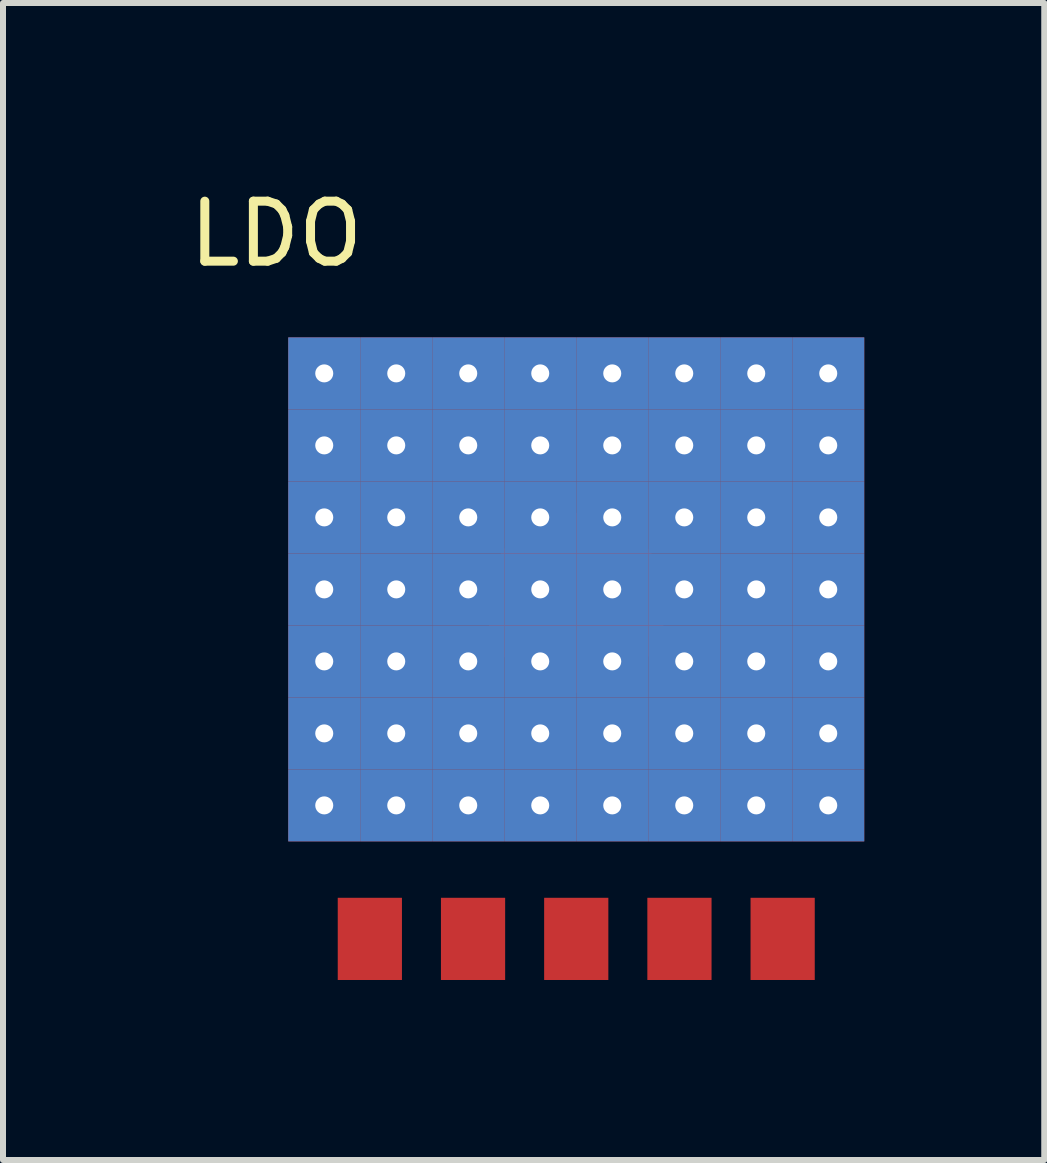
<source format=kicad_pcb>
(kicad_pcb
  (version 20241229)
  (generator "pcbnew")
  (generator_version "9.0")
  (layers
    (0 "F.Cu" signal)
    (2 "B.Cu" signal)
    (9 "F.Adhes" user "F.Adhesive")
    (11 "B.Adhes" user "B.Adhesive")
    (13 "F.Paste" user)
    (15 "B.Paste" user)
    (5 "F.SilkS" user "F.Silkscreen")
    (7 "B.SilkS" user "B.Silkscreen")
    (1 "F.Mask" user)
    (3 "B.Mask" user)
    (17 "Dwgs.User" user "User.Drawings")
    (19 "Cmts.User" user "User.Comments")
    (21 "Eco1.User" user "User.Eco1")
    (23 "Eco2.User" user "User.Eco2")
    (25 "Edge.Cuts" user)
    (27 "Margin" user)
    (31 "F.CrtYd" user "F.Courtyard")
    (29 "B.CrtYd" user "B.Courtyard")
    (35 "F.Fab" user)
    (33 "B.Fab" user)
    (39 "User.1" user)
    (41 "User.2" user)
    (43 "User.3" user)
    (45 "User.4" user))
  (footprint "LDO"
    (layer "F.Cu")
    (at 6.554 7.598)
    (property "Reference" "LDO" (at -5 -6.75 0) (layer "F.SilkS") (effects (font (size 1 1) (thickness 0.15))))
    (attr through_hole)
    (pad "1" smd rect (at -3.44 5) (size 1.07 1.37) (layers "F.Cu" "F.Mask" "F.Paste"))
    (pad "2" smd rect (at -1.72 5) (size 1.07 1.37) (layers "F.Cu" "F.Mask" "F.Paste"))
    (pad "3" thru_hole rect (at -4.2 -4.425) (size 1.2 1.2) (drill 0.3) (layers "*.Cu" "*.Mask"))
    (pad "3" thru_hole rect (at -4.2 -3.225) (size 1.2 1.2) (drill 0.3) (layers "*.Cu" "*.Mask"))
    (pad "3" thru_hole rect (at -4.2 -2.025) (size 1.2 1.2) (drill 0.3) (layers "*.Cu" "*.Mask"))
    (pad "3" thru_hole rect (at -4.2 -0.825) (size 1.2 1.2) (drill 0.3) (layers "*.Cu" "*.Mask"))
    (pad "3" thru_hole rect (at -4.2 0.375) (size 1.2 1.2) (drill 0.3) (layers "*.Cu" "*.Mask"))
    (pad "3" thru_hole rect (at -4.2 1.575) (size 1.2 1.2) (drill 0.3) (layers "*.Cu" "*.Mask"))
    (pad "3" thru_hole rect (at -4.2 2.775) (size 1.2 1.2) (drill 0.3) (layers "*.Cu" "*.Mask"))
    (pad "3" thru_hole rect (at -3 -4.425) (size 1.2 1.2) (drill 0.3) (layers "*.Cu" "*.Mask"))
    (pad "3" thru_hole rect (at -3 -3.225) (size 1.2 1.2) (drill 0.3) (layers "*.Cu" "*.Mask"))
    (pad "3" thru_hole rect (at -3 -2.025) (size 1.2 1.2) (drill 0.3) (layers "*.Cu" "*.Mask"))
    (pad "3" thru_hole rect (at -3 -0.825) (size 1.2 1.2) (drill 0.3) (layers "*.Cu" "*.Mask"))
    (pad "3" thru_hole rect (at -3 0.375) (size 1.2 1.2) (drill 0.3) (layers "*.Cu" "*.Mask"))
    (pad "3" thru_hole rect (at -3 1.575) (size 1.2 1.2) (drill 0.3) (layers "*.Cu" "*.Mask"))
    (pad "3" thru_hole rect (at -3 2.775) (size 1.2 1.2) (drill 0.3) (layers "*.Cu" "*.Mask"))
    (pad "3" thru_hole rect (at -1.8 -4.425) (size 1.2 1.2) (drill 0.3) (layers "*.Cu" "*.Mask"))
    (pad "3" thru_hole rect (at -1.8 -3.225) (size 1.2 1.2) (drill 0.3) (layers "*.Cu" "*.Mask"))
    (pad "3" thru_hole rect (at -1.8 -2.025) (size 1.2 1.2) (drill 0.3) (layers "*.Cu" "*.Mask"))
    (pad "3" thru_hole rect (at -1.8 -0.825) (size 1.2 1.2) (drill 0.3) (layers "*.Cu" "*.Mask"))
    (pad "3" thru_hole rect (at -1.8 0.375) (size 1.2 1.2) (drill 0.3) (layers "*.Cu" "*.Mask"))
    (pad "3" thru_hole rect (at -1.8 1.575 90) (size 1.2 1.2) (drill 0.3) (layers "*.Cu" "*.Mask"))
    (pad "3" thru_hole rect (at -1.8 2.775) (size 1.2 1.2) (drill 0.3) (layers "*.Cu" "*.Mask"))
    (pad "3" thru_hole rect (at -0.6 -4.425) (size 1.2 1.2) (drill 0.3) (layers "*.Cu" "*.Mask"))
    (pad "3" thru_hole rect (at -0.6 -3.225) (size 1.2 1.2) (drill 0.3) (layers "*.Cu" "*.Mask"))
    (pad "3" thru_hole rect (at -0.6 -2.025) (size 1.2 1.2) (drill 0.3) (layers "*.Cu" "*.Mask"))
    (pad "3" thru_hole rect (at -0.6 -0.825) (size 1.2 1.2) (drill 0.3) (layers "*.Cu" "*.Mask"))
    (pad "3" thru_hole rect (at -0.6 0.375) (size 1.2 1.2) (drill 0.3) (layers "*.Cu" "*.Mask"))
    (pad "3" thru_hole rect (at -0.6 1.575) (size 1.2 1.2) (drill 0.3) (layers "*.Cu" "*.Mask"))
    (pad "3" thru_hole rect (at -0.6 2.775) (size 1.2 1.2) (drill 0.3) (layers "*.Cu" "*.Mask"))
    (pad "3" smd circle (at 0 -0.6) (size 3 3) (layers "F.Cu" "F.Mask" "F.Paste"))
    (pad "3" smd rect (at 0 5) (size 1.07 1.37) (layers "F.Cu" "F.Mask" "F.Paste"))
    (pad "3" thru_hole rect (at 0.6 -4.425) (size 1.2 1.2) (drill 0.3) (layers "*.Cu" "*.Mask"))
    (pad "3" thru_hole rect (at 0.6 -3.225) (size 1.2 1.2) (drill 0.3) (layers "*.Cu" "*.Mask"))
    (pad "3" thru_hole rect (at 0.6 -2.025) (size 1.2 1.2) (drill 0.3) (layers "*.Cu" "*.Mask"))
    (pad "3" thru_hole rect (at 0.6 -0.825) (size 1.2 1.2) (drill 0.3) (layers "*.Cu" "*.Mask"))
    (pad "3" thru_hole rect (at 0.6 0.375) (size 1.2 1.2) (drill 0.3) (layers "*.Cu" "*.Mask"))
    (pad "3" thru_hole rect (at 0.6 1.575) (size 1.2 1.2) (drill 0.3) (layers "*.Cu" "*.Mask"))
    (pad "3" thru_hole rect (at 0.6 2.775) (size 1.2 1.2) (drill 0.3) (layers "*.Cu" "*.Mask"))
    (pad "3" thru_hole rect (at 1.8 -4.425) (size 1.2 1.2) (drill 0.3) (layers "*.Cu" "*.Mask"))
    (pad "3" thru_hole rect (at 1.8 -3.225) (size 1.2 1.2) (drill 0.3) (layers "*.Cu" "*.Mask"))
    (pad "3" thru_hole rect (at 1.8 -2.025) (size 1.2 1.2) (drill 0.3) (layers "*.Cu" "*.Mask"))
    (pad "3" thru_hole rect (at 1.8 -0.825) (size 1.2 1.2) (drill 0.3) (layers "*.Cu" "*.Mask"))
    (pad "3" thru_hole rect (at 1.8 0.375) (size 1.2 1.2) (drill 0.3) (layers "*.Cu" "*.Mask"))
    (pad "3" thru_hole rect (at 1.8 1.575) (size 1.2 1.2) (drill 0.3) (layers "*.Cu" "*.Mask"))
    (pad "3" thru_hole rect (at 1.8 2.775) (size 1.2 1.2) (drill 0.3) (layers "*.Cu" "*.Mask"))
    (pad "3" thru_hole rect (at 3 -4.425) (size 1.2 1.2) (drill 0.3) (layers "*.Cu" "*.Mask"))
    (pad "3" thru_hole rect (at 3 -3.225) (size 1.2 1.2) (drill 0.3) (layers "*.Cu" "*.Mask"))
    (pad "3" thru_hole rect (at 3 -2.025) (size 1.2 1.2) (drill 0.3) (layers "*.Cu" "*.Mask"))
    (pad "3" thru_hole rect (at 3 -0.825) (size 1.2 1.2) (drill 0.3) (layers "*.Cu" "*.Mask"))
    (pad "3" thru_hole rect (at 3 0.375) (size 1.2 1.2) (drill 0.3) (layers "*.Cu" "*.Mask"))
    (pad "3" thru_hole rect (at 3 1.575) (size 1.2 1.2) (drill 0.3) (layers "*.Cu" "*.Mask"))
    (pad "3" thru_hole rect (at 3 2.775) (size 1.2 1.2) (drill 0.3) (layers "*.Cu" "*.Mask"))
    (pad "3" thru_hole rect (at 4.2 -4.425) (size 1.2 1.2) (drill 0.3) (layers "*.Cu" "*.Mask"))
    (pad "3" thru_hole rect (at 4.2 -3.225) (size 1.2 1.2) (drill 0.3) (layers "*.Cu" "*.Mask"))
    (pad "3" thru_hole rect (at 4.2 -2.025) (size 1.2 1.2) (drill 0.3) (layers "*.Cu" "*.Mask"))
    (pad "3" thru_hole rect (at 4.2 -0.825) (size 1.2 1.2) (drill 0.3) (layers "*.Cu" "*.Mask"))
    (pad "3" thru_hole rect (at 4.2 0.375) (size 1.2 1.2) (drill 0.3) (layers "*.Cu" "*.Mask"))
    (pad "3" thru_hole rect (at 4.2 1.575) (size 1.2 1.2) (drill 0.3) (layers "*.Cu" "*.Mask"))
    (pad "3" thru_hole rect (at 4.2 2.775) (size 1.2 1.2) (drill 0.3) (layers "*.Cu" "*.Mask"))
    (pad "4" smd rect (at 1.72 5) (size 1.07 1.37) (layers "F.Cu" "F.Mask" "F.Paste"))
    (pad "5" smd rect (at 3.44 5) (size 1.07 1.37) (layers "F.Cu" "F.Mask" "F.Paste")))
  (gr_rect
    (start -3 -3)
    (end 14.354 16.283)
    (stroke (width 0.1) (type default))
    (fill no)
    (layer "Edge.Cuts")))
</source>
